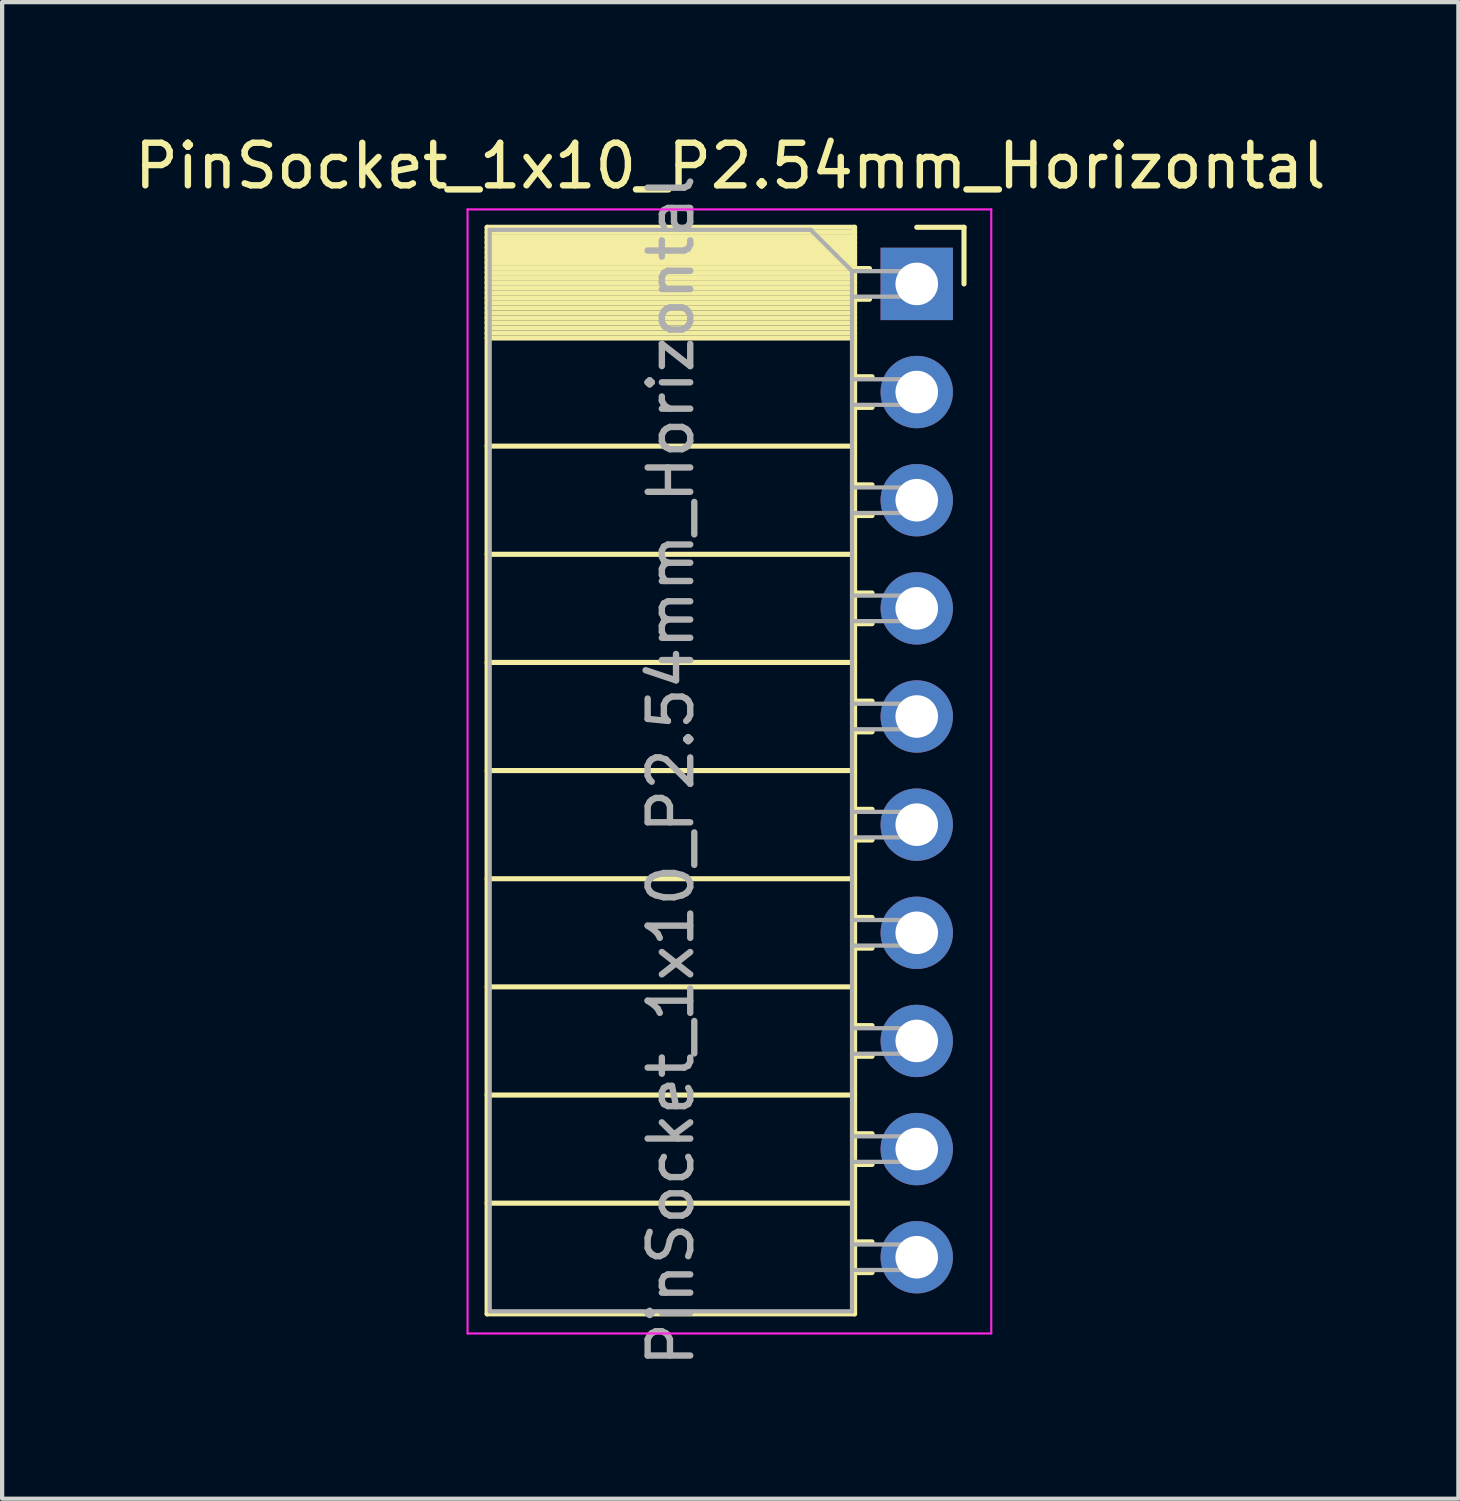
<source format=kicad_pcb>
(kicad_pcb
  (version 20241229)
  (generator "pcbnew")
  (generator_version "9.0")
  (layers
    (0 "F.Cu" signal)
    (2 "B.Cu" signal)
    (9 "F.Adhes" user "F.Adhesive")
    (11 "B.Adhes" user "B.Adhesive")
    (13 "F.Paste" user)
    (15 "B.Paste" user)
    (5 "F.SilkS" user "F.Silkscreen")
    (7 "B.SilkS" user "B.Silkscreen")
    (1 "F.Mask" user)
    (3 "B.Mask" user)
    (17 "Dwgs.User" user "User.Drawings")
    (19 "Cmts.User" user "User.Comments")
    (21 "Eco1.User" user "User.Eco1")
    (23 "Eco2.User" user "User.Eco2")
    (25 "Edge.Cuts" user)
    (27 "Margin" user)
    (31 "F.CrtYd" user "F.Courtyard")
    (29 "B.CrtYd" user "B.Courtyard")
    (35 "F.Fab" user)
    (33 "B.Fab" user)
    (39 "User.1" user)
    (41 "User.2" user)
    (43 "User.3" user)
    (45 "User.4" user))
  (footprint "PinSocket_1x10_P2.54mm_Horizontal"
    (layer "F.Cu")
    (at 18.481 3.618)
    (property "Reference" "PinSocket_1x10_P2.54mm_Horizontal" (at -4.38 -2.77 0) (layer "F.SilkS") (effects (font (size 1 1) (thickness 0.15))))
    (attr through_hole)
    (fp_line (start -10.09 -1.33) (end -10.09 24.19) (stroke (width 0.12) (type solid)) (layer "F.SilkS"))
    (fp_line (start -10.09 -1.33) (end -1.46 -1.33) (stroke (width 0.12) (type solid)) (layer "F.SilkS"))
    (fp_line (start -10.09 -1.21) (end -1.46 -1.21) (stroke (width 0.12) (type solid)) (layer "F.SilkS"))
    (fp_line (start -10.09 -1.092) (end -1.46 -1.092) (stroke (width 0.12) (type solid)) (layer "F.SilkS"))
    (fp_line (start -10.09 -0.974) (end -1.46 -0.974) (stroke (width 0.12) (type solid)) (layer "F.SilkS"))
    (fp_line (start -10.09 -0.856) (end -1.46 -0.856) (stroke (width 0.12) (type solid)) (layer "F.SilkS"))
    (fp_line (start -10.09 -0.738) (end -1.46 -0.738) (stroke (width 0.12) (type solid)) (layer "F.SilkS"))
    (fp_line (start -10.09 -0.62) (end -1.46 -0.62) (stroke (width 0.12) (type solid)) (layer "F.SilkS"))
    (fp_line (start -10.09 -0.501) (end -1.46 -0.501) (stroke (width 0.12) (type solid)) (layer "F.SilkS"))
    (fp_line (start -10.09 -0.383) (end -1.46 -0.383) (stroke (width 0.12) (type solid)) (layer "F.SilkS"))
    (fp_line (start -10.09 -0.265) (end -1.46 -0.265) (stroke (width 0.12) (type solid)) (layer "F.SilkS"))
    (fp_line (start -10.09 -0.147) (end -1.46 -0.147) (stroke (width 0.12) (type solid)) (layer "F.SilkS"))
    (fp_line (start -10.09 -0.029) (end -1.46 -0.029) (stroke (width 0.12) (type solid)) (layer "F.SilkS"))
    (fp_line (start -10.09 0.089) (end -1.46 0.089) (stroke (width 0.12) (type solid)) (layer "F.SilkS"))
    (fp_line (start -10.09 0.207) (end -1.46 0.207) (stroke (width 0.12) (type solid)) (layer "F.SilkS"))
    (fp_line (start -10.09 0.325) (end -1.46 0.325) (stroke (width 0.12) (type solid)) (layer "F.SilkS"))
    (fp_line (start -10.09 0.443) (end -1.46 0.443) (stroke (width 0.12) (type solid)) (layer "F.SilkS"))
    (fp_line (start -10.09 0.561) (end -1.46 0.561) (stroke (width 0.12) (type solid)) (layer "F.SilkS"))
    (fp_line (start -10.09 0.68) (end -1.46 0.68) (stroke (width 0.12) (type solid)) (layer "F.SilkS"))
    (fp_line (start -10.09 0.798) (end -1.46 0.798) (stroke (width 0.12) (type solid)) (layer "F.SilkS"))
    (fp_line (start -10.09 0.916) (end -1.46 0.916) (stroke (width 0.12) (type solid)) (layer "F.SilkS"))
    (fp_line (start -10.09 1.034) (end -1.46 1.034) (stroke (width 0.12) (type solid)) (layer "F.SilkS"))
    (fp_line (start -10.09 1.152) (end -1.46 1.152) (stroke (width 0.12) (type solid)) (layer "F.SilkS"))
    (fp_line (start -10.09 1.27) (end -1.46 1.27) (stroke (width 0.12) (type solid)) (layer "F.SilkS"))
    (fp_line (start -10.09 3.81) (end -1.46 3.81) (stroke (width 0.12) (type solid)) (layer "F.SilkS"))
    (fp_line (start -10.09 6.35) (end -1.46 6.35) (stroke (width 0.12) (type solid)) (layer "F.SilkS"))
    (fp_line (start -10.09 8.89) (end -1.46 8.89) (stroke (width 0.12) (type solid)) (layer "F.SilkS"))
    (fp_line (start -10.09 11.43) (end -1.46 11.43) (stroke (width 0.12) (type solid)) (layer "F.SilkS"))
    (fp_line (start -10.09 13.97) (end -1.46 13.97) (stroke (width 0.12) (type solid)) (layer "F.SilkS"))
    (fp_line (start -10.09 16.51) (end -1.46 16.51) (stroke (width 0.12) (type solid)) (layer "F.SilkS"))
    (fp_line (start -10.09 19.05) (end -1.46 19.05) (stroke (width 0.12) (type solid)) (layer "F.SilkS"))
    (fp_line (start -10.09 21.59) (end -1.46 21.59) (stroke (width 0.12) (type solid)) (layer "F.SilkS"))
    (fp_line (start -10.09 24.19) (end -1.46 24.19) (stroke (width 0.12) (type solid)) (layer "F.SilkS"))
    (fp_line (start -1.46 -1.33) (end -1.46 24.19) (stroke (width 0.12) (type solid)) (layer "F.SilkS"))
    (fp_line (start -1.46 -0.36) (end -1.11 -0.36) (stroke (width 0.12) (type solid)) (layer "F.SilkS"))
    (fp_line (start -1.46 0.36) (end -1.11 0.36) (stroke (width 0.12) (type solid)) (layer "F.SilkS"))
    (fp_line (start -1.46 2.18) (end -1.05 2.18) (stroke (width 0.12) (type solid)) (layer "F.SilkS"))
    (fp_line (start -1.46 2.9) (end -1.05 2.9) (stroke (width 0.12) (type solid)) (layer "F.SilkS"))
    (fp_line (start -1.46 4.72) (end -1.05 4.72) (stroke (width 0.12) (type solid)) (layer "F.SilkS"))
    (fp_line (start -1.46 5.44) (end -1.05 5.44) (stroke (width 0.12) (type solid)) (layer "F.SilkS"))
    (fp_line (start -1.46 7.26) (end -1.05 7.26) (stroke (width 0.12) (type solid)) (layer "F.SilkS"))
    (fp_line (start -1.46 7.98) (end -1.05 7.98) (stroke (width 0.12) (type solid)) (layer "F.SilkS"))
    (fp_line (start -1.46 9.8) (end -1.05 9.8) (stroke (width 0.12) (type solid)) (layer "F.SilkS"))
    (fp_line (start -1.46 10.52) (end -1.05 10.52) (stroke (width 0.12) (type solid)) (layer "F.SilkS"))
    (fp_line (start -1.46 12.34) (end -1.05 12.34) (stroke (width 0.12) (type solid)) (layer "F.SilkS"))
    (fp_line (start -1.46 13.06) (end -1.05 13.06) (stroke (width 0.12) (type solid)) (layer "F.SilkS"))
    (fp_line (start -1.46 14.88) (end -1.05 14.88) (stroke (width 0.12) (type solid)) (layer "F.SilkS"))
    (fp_line (start -1.46 15.6) (end -1.05 15.6) (stroke (width 0.12) (type solid)) (layer "F.SilkS"))
    (fp_line (start -1.46 17.42) (end -1.05 17.42) (stroke (width 0.12) (type solid)) (layer "F.SilkS"))
    (fp_line (start -1.46 18.14) (end -1.05 18.14) (stroke (width 0.12) (type solid)) (layer "F.SilkS"))
    (fp_line (start -1.46 19.96) (end -1.05 19.96) (stroke (width 0.12) (type solid)) (layer "F.SilkS"))
    (fp_line (start -1.46 20.68) (end -1.05 20.68) (stroke (width 0.12) (type solid)) (layer "F.SilkS"))
    (fp_line (start -1.46 22.5) (end -1.05 22.5) (stroke (width 0.12) (type solid)) (layer "F.SilkS"))
    (fp_line (start -1.46 23.22) (end -1.05 23.22) (stroke (width 0.12) (type solid)) (layer "F.SilkS"))
    (fp_line (start 0 -1.33) (end 1.11 -1.33) (stroke (width 0.12) (type solid)) (layer "F.SilkS"))
    (fp_line (start 1.11 -1.33) (end 1.11 0) (stroke (width 0.12) (type solid)) (layer "F.SilkS"))
    (fp_line (start -10.55 -1.75) (end -10.55 24.65) (stroke (width 0.05) (type solid)) (layer "F.CrtYd"))
    (fp_line (start -10.55 24.65) (end 1.75 24.65) (stroke (width 0.05) (type solid)) (layer "F.CrtYd"))
    (fp_line (start 1.75 -1.75) (end -10.55 -1.75) (stroke (width 0.05) (type solid)) (layer "F.CrtYd"))
    (fp_line (start 1.75 24.65) (end 1.75 -1.75) (stroke (width 0.05) (type solid)) (layer "F.CrtYd"))
    (fp_line (start -10.03 -1.27) (end -2.49 -1.27) (stroke (width 0.1) (type solid)) (layer "F.Fab"))
    (fp_line (start -10.03 24.13) (end -10.03 -1.27) (stroke (width 0.1) (type solid)) (layer "F.Fab"))
    (fp_line (start -2.49 -1.27) (end -1.52 -0.3) (stroke (width 0.1) (type solid)) (layer "F.Fab"))
    (fp_line (start -1.52 -0.3) (end -1.52 24.13) (stroke (width 0.1) (type solid)) (layer "F.Fab"))
    (fp_line (start -1.52 0.3) (end 0 0.3) (stroke (width 0.1) (type solid)) (layer "F.Fab"))
    (fp_line (start -1.52 2.84) (end 0 2.84) (stroke (width 0.1) (type solid)) (layer "F.Fab"))
    (fp_line (start -1.52 5.38) (end 0 5.38) (stroke (width 0.1) (type solid)) (layer "F.Fab"))
    (fp_line (start -1.52 7.92) (end 0 7.92) (stroke (width 0.1) (type solid)) (layer "F.Fab"))
    (fp_line (start -1.52 10.46) (end 0 10.46) (stroke (width 0.1) (type solid)) (layer "F.Fab"))
    (fp_line (start -1.52 13) (end 0 13) (stroke (width 0.1) (type solid)) (layer "F.Fab"))
    (fp_line (start -1.52 15.54) (end 0 15.54) (stroke (width 0.1) (type solid)) (layer "F.Fab"))
    (fp_line (start -1.52 18.08) (end 0 18.08) (stroke (width 0.1) (type solid)) (layer "F.Fab"))
    (fp_line (start -1.52 20.62) (end 0 20.62) (stroke (width 0.1) (type solid)) (layer "F.Fab"))
    (fp_line (start -1.52 23.16) (end 0 23.16) (stroke (width 0.1) (type solid)) (layer "F.Fab"))
    (fp_line (start -1.52 24.13) (end -10.03 24.13) (stroke (width 0.1) (type solid)) (layer "F.Fab"))
    (fp_line (start 0 -0.3) (end -1.52 -0.3) (stroke (width 0.1) (type solid)) (layer "F.Fab"))
    (fp_line (start 0 0.3) (end 0 -0.3) (stroke (width 0.1) (type solid)) (layer "F.Fab"))
    (fp_line (start 0 2.24) (end -1.52 2.24) (stroke (width 0.1) (type solid)) (layer "F.Fab"))
    (fp_line (start 0 2.84) (end 0 2.24) (stroke (width 0.1) (type solid)) (layer "F.Fab"))
    (fp_line (start 0 4.78) (end -1.52 4.78) (stroke (width 0.1) (type solid)) (layer "F.Fab"))
    (fp_line (start 0 5.38) (end 0 4.78) (stroke (width 0.1) (type solid)) (layer "F.Fab"))
    (fp_line (start 0 7.32) (end -1.52 7.32) (stroke (width 0.1) (type solid)) (layer "F.Fab"))
    (fp_line (start 0 7.92) (end 0 7.32) (stroke (width 0.1) (type solid)) (layer "F.Fab"))
    (fp_line (start 0 9.86) (end -1.52 9.86) (stroke (width 0.1) (type solid)) (layer "F.Fab"))
    (fp_line (start 0 10.46) (end 0 9.86) (stroke (width 0.1) (type solid)) (layer "F.Fab"))
    (fp_line (start 0 12.4) (end -1.52 12.4) (stroke (width 0.1) (type solid)) (layer "F.Fab"))
    (fp_line (start 0 13) (end 0 12.4) (stroke (width 0.1) (type solid)) (layer "F.Fab"))
    (fp_line (start 0 14.94) (end -1.52 14.94) (stroke (width 0.1) (type solid)) (layer "F.Fab"))
    (fp_line (start 0 15.54) (end 0 14.94) (stroke (width 0.1) (type solid)) (layer "F.Fab"))
    (fp_line (start 0 17.48) (end -1.52 17.48) (stroke (width 0.1) (type solid)) (layer "F.Fab"))
    (fp_line (start 0 18.08) (end 0 17.48) (stroke (width 0.1) (type solid)) (layer "F.Fab"))
    (fp_line (start 0 20.02) (end -1.52 20.02) (stroke (width 0.1) (type solid)) (layer "F.Fab"))
    (fp_line (start 0 20.62) (end 0 20.02) (stroke (width 0.1) (type solid)) (layer "F.Fab"))
    (fp_line (start 0 22.56) (end -1.52 22.56) (stroke (width 0.1) (type solid)) (layer "F.Fab"))
    (fp_line (start 0 23.16) (end 0 22.56) (stroke (width 0.1) (type solid)) (layer "F.Fab"))
    (fp_text user "${REFERENCE}" (at -5.775 11.43 90) (layer "F.Fab") (effects (font (size 1 1) (thickness 0.15))))
    (pad "1" thru_hole rect (at 0 0) (size 1.7 1.7) (drill 1) (layers "*.Cu" "*.Mask"))
    (pad "2" thru_hole circle (at 0 2.54) (size 1.7 1.7) (drill 1) (layers "*.Cu" "*.Mask"))
    (pad "3" thru_hole circle (at 0 5.08) (size 1.7 1.7) (drill 1) (layers "*.Cu" "*.Mask"))
    (pad "4" thru_hole circle (at 0 7.62) (size 1.7 1.7) (drill 1) (layers "*.Cu" "*.Mask"))
    (pad "5" thru_hole circle (at 0 10.16) (size 1.7 1.7) (drill 1) (layers "*.Cu" "*.Mask"))
    (pad "6" thru_hole circle (at 0 12.7) (size 1.7 1.7) (drill 1) (layers "*.Cu" "*.Mask"))
    (pad "7" thru_hole circle (at 0 15.24) (size 1.7 1.7) (drill 1) (layers "*.Cu" "*.Mask"))
    (pad "8" thru_hole circle (at 0 17.78) (size 1.7 1.7) (drill 1) (layers "*.Cu" "*.Mask"))
    (pad "9" thru_hole circle (at 0 20.32) (size 1.7 1.7) (drill 1) (layers "*.Cu" "*.Mask"))
    (pad "10" thru_hole circle (at 0 22.86) (size 1.7 1.7) (drill 1) (layers "*.Cu" "*.Mask")))
  (gr_rect
    (start -3 -3)
    (end 31.202 32.149)
    (stroke (width 0.1) (type default))
    (fill no)
    (layer "Edge.Cuts")))
</source>
